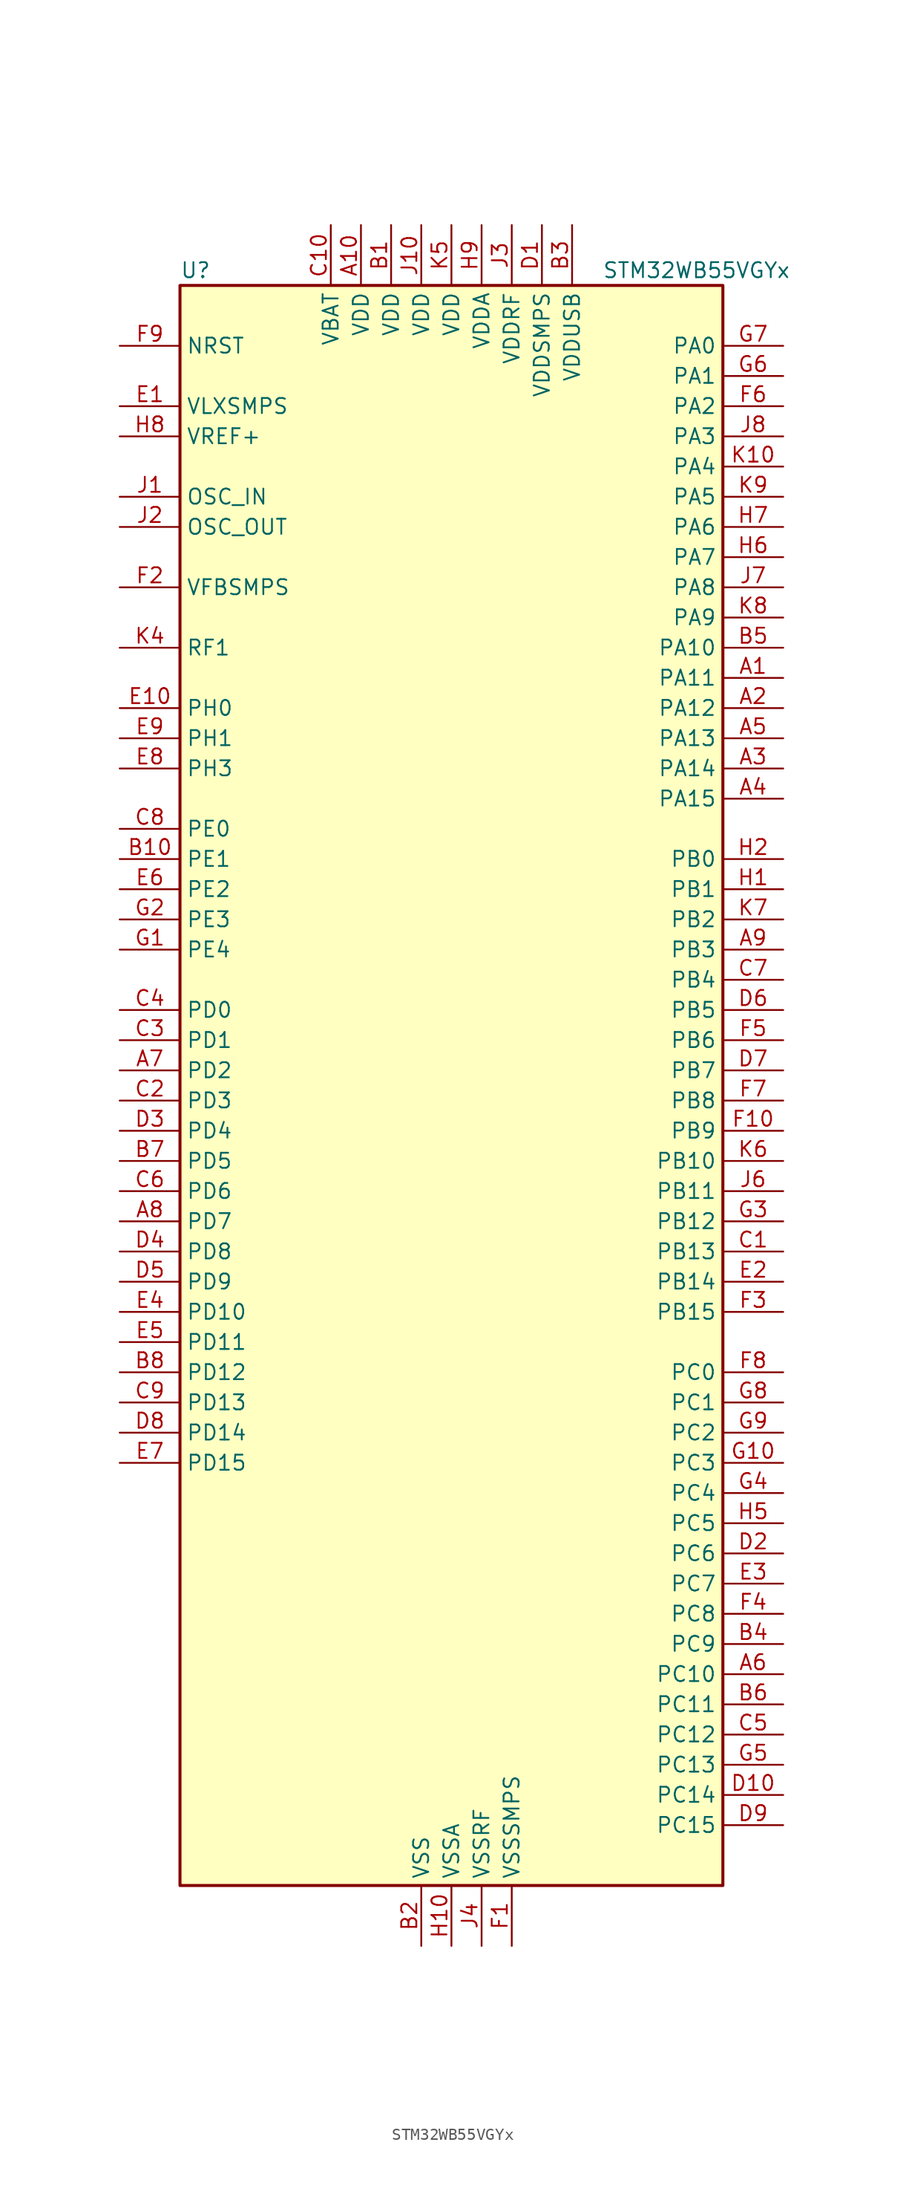
<source format=kicad_sym>
(kicad_symbol_lib
  (version 20241209)
  (generator "kicad_symbol_editor")
  (generator_version "9.0")
  (symbol "STM32WB55VGYx"
    (property "Reference" "U"
      (at -22.86 69.85 0)
      (effects (font (size 1.27 1.27)) (justify left)))
    (property "Value" "STM32WB55VGYx"
      (at 12.7 69.85 0)
      (effects (font (size 1.27 1.27)) (justify left)))
    (symbol "STM32WB55VGYx_0_1"
      (rectangle (start -22.86 -66.04) (end 22.86 68.58) (stroke (width 0.254) (type default)) (fill (type background))))
    (symbol "STM32WB55VGYx_1_1"
      (pin input line (at -27.94 63.5 0) (length 5.08) (name "NRST" (effects (font (size 1.27 1.27)))) (number "F9" (effects (font (size 1.27 1.27)))))
      (pin power_in line (at -27.94 58.42 0) (length 5.08) (name "VLXSMPS" (effects (font (size 1.27 1.27)))) (number "E1" (effects (font (size 1.27 1.27)))))
      (pin input line (at -27.94 55.88 0) (length 5.08) (name "VREF+" (effects (font (size 1.27 1.27)))) (number "H8" (effects (font (size 1.27 1.27)))) (alternate "VREFBUF_OUT" bidirectional line))
      (pin input line (at -27.94 50.8 0) (length 5.08) (name "OSC_IN" (effects (font (size 1.27 1.27)))) (number "J1" (effects (font (size 1.27 1.27)))) (alternate "RCC_OSC_IN" bidirectional line))
      (pin input line (at -27.94 48.26 0) (length 5.08) (name "OSC_OUT" (effects (font (size 1.27 1.27)))) (number "J2" (effects (font (size 1.27 1.27)))) (alternate "RCC_OSC_OUT" bidirectional line))
      (pin input line (at -27.94 43.18 0) (length 5.08) (name "VFBSMPS" (effects (font (size 1.27 1.27)))) (number "F2" (effects (font (size 1.27 1.27)))))
      (pin bidirectional line (at -27.94 38.1 0) (length 5.08) (name "RF1" (effects (font (size 1.27 1.27)))) (number "K4" (effects (font (size 1.27 1.27)))) (alternate "RF_RF1" bidirectional line))
      (pin bidirectional line (at -27.94 33.02 0) (length 5.08) (name "PH0" (effects (font (size 1.27 1.27)))) (number "E10" (effects (font (size 1.27 1.27)))))
      (pin bidirectional line (at -27.94 30.48 0) (length 5.08) (name "PH1" (effects (font (size 1.27 1.27)))) (number "E9" (effects (font (size 1.27 1.27)))))
      (pin bidirectional line (at -27.94 27.94 0) (length 5.08) (name "PH3" (effects (font (size 1.27 1.27)))) (number "E8" (effects (font (size 1.27 1.27)))) (alternate "RCC_LSCO" bidirectional line))
      (pin bidirectional line (at -27.94 22.86 0) (length 5.08) (name "PE0" (effects (font (size 1.27 1.27)))) (number "C8" (effects (font (size 1.27 1.27)))) (alternate "LCD_SEG36" bidirectional line) (alternate "TIM16_CH1" bidirectional line) (alternate "TIM1_ETR" bidirectional line) (alternate "TSC_G7_IO3" bidirectional line))
      (pin bidirectional line (at -27.94 20.32 0) (length 5.08) (name "PE1" (effects (font (size 1.27 1.27)))) (number "B10" (effects (font (size 1.27 1.27)))) (alternate "LCD_SEG37" bidirectional line) (alternate "TIM17_CH1" bidirectional line) (alternate "TSC_G7_IO2" bidirectional line))
      (pin bidirectional line (at -27.94 17.78 0) (length 5.08) (name "PE2" (effects (font (size 1.27 1.27)))) (number "E6" (effects (font (size 1.27 1.27)))) (alternate "LCD_SEG38" bidirectional line) (alternate "SAI1_CK1" bidirectional line) (alternate "SAI1_MCLK_A" bidirectional line) (alternate "SYS_TRACECLK" bidirectional line) (alternate "TSC_G7_IO1" bidirectional line))
      (pin bidirectional line (at -27.94 15.24 0) (length 5.08) (name "PE3" (effects (font (size 1.27 1.27)))) (number "G2" (effects (font (size 1.27 1.27)))))
      (pin bidirectional line (at -27.94 12.7 0) (length 5.08) (name "PE4" (effects (font (size 1.27 1.27)))) (number "G1" (effects (font (size 1.27 1.27)))))
      (pin bidirectional line (at -27.94 7.62 0) (length 5.08) (name "PD0" (effects (font (size 1.27 1.27)))) (number "C4" (effects (font (size 1.27 1.27)))) (alternate "SPI2_NSS" bidirectional line))
      (pin bidirectional line (at -27.94 5.08 0) (length 5.08) (name "PD1" (effects (font (size 1.27 1.27)))) (number "C3" (effects (font (size 1.27 1.27)))) (alternate "SPI2_SCK" bidirectional line))
      (pin bidirectional line (at -27.94 2.54 0) (length 5.08) (name "PD2" (effects (font (size 1.27 1.27)))) (number "A7" (effects (font (size 1.27 1.27)))) (alternate "LCD_COM7" bidirectional line) (alternate "LCD_SEG31" bidirectional line) (alternate "LCD_SEG43" bidirectional line) (alternate "SYS_TRACED2" bidirectional line) (alternate "TSC_SYNC" bidirectional line))
      (pin bidirectional line (at -27.94 0 0) (length 5.08) (name "PD3" (effects (font (size 1.27 1.27)))) (number "C2" (effects (font (size 1.27 1.27)))) (alternate "QUADSPI_BK1_NCS" bidirectional line) (alternate "SPI2_MISO" bidirectional line) (alternate "SPI2_SCK" bidirectional line))
      (pin bidirectional line (at -27.94 -2.54 0) (length 5.08) (name "PD4" (effects (font (size 1.27 1.27)))) (number "D3" (effects (font (size 1.27 1.27)))) (alternate "QUADSPI_BK1_IO0" bidirectional line) (alternate "SPI2_MOSI" bidirectional line) (alternate "TSC_G5_IO1" bidirectional line))
      (pin bidirectional line (at -27.94 -5.08 0) (length 5.08) (name "PD5" (effects (font (size 1.27 1.27)))) (number "B7" (effects (font (size 1.27 1.27)))) (alternate "QUADSPI_BK1_IO1" bidirectional line) (alternate "SAI1_MCLK_B" bidirectional line) (alternate "TSC_G5_IO2" bidirectional line))
      (pin bidirectional line (at -27.94 -7.62 0) (length 5.08) (name "PD6" (effects (font (size 1.27 1.27)))) (number "C6" (effects (font (size 1.27 1.27)))) (alternate "QUADSPI_BK1_IO2" bidirectional line) (alternate "SAI1_D1" bidirectional line) (alternate "SAI1_SD_A" bidirectional line) (alternate "TSC_G5_IO3" bidirectional line))
      (pin bidirectional line (at -27.94 -10.16 0) (length 5.08) (name "PD7" (effects (font (size 1.27 1.27)))) (number "A8" (effects (font (size 1.27 1.27)))) (alternate "LCD_SEG39" bidirectional line) (alternate "QUADSPI_BK1_IO3" bidirectional line) (alternate "TSC_G5_IO4" bidirectional line))
      (pin bidirectional line (at -27.94 -12.7 0) (length 5.08) (name "PD8" (effects (font (size 1.27 1.27)))) (number "D4" (effects (font (size 1.27 1.27)))) (alternate "LCD_SEG28" bidirectional line) (alternate "TIM1_BKIN2" bidirectional line))
      (pin bidirectional line (at -27.94 -15.24 0) (length 5.08) (name "PD9" (effects (font (size 1.27 1.27)))) (number "D5" (effects (font (size 1.27 1.27)))) (alternate "LCD_SEG29" bidirectional line) (alternate "SYS_TRACED0" bidirectional line))
      (pin bidirectional line (at -27.94 -17.78 0) (length 5.08) (name "PD10" (effects (font (size 1.27 1.27)))) (number "E4" (effects (font (size 1.27 1.27)))) (alternate "LCD_SEG30" bidirectional line) (alternate "SYS_TRIG_INOUT" bidirectional line) (alternate "TSC_G6_IO1" bidirectional line))
      (pin bidirectional line (at -27.94 -20.32 0) (length 5.08) (name "PD11" (effects (font (size 1.27 1.27)))) (number "E5" (effects (font (size 1.27 1.27)))) (alternate "ADC1_EXTI11" bidirectional line) (alternate "LCD_SEG31" bidirectional line) (alternate "LPTIM2_ETR" bidirectional line) (alternate "TSC_G6_IO2" bidirectional line))
      (pin bidirectional line (at -27.94 -22.86 0) (length 5.08) (name "PD12" (effects (font (size 1.27 1.27)))) (number "B8" (effects (font (size 1.27 1.27)))) (alternate "LCD_SEG32" bidirectional line) (alternate "LPTIM2_IN1" bidirectional line) (alternate "TSC_G6_IO3" bidirectional line))
      (pin bidirectional line (at -27.94 -25.4 0) (length 5.08) (name "PD13" (effects (font (size 1.27 1.27)))) (number "C9" (effects (font (size 1.27 1.27)))) (alternate "LCD_SEG33" bidirectional line) (alternate "LPTIM2_OUT" bidirectional line) (alternate "TSC_G6_IO4" bidirectional line))
      (pin bidirectional line (at -27.94 -27.94 0) (length 5.08) (name "PD14" (effects (font (size 1.27 1.27)))) (number "D8" (effects (font (size 1.27 1.27)))) (alternate "LCD_SEG34" bidirectional line) (alternate "TIM1_CH1" bidirectional line))
      (pin bidirectional line (at -27.94 -30.48 0) (length 5.08) (name "PD15" (effects (font (size 1.27 1.27)))) (number "E7" (effects (font (size 1.27 1.27)))) (alternate "ADC1_EXTI15" bidirectional line) (alternate "LCD_SEG35" bidirectional line) (alternate "TIM1_CH2" bidirectional line))
      (pin no_connect line (at -22.86 -63.5 0) (length 5.08) (hide yes) (name "AT1" (effects (font (size 1.27 1.27)))) (number "H4" (effects (font (size 1.27 1.27)))))
      (pin no_connect line (at -22.86 -66.04 0) (length 5.08) (hide yes) (name "AT0" (effects (font (size 1.27 1.27)))) (number "H3" (effects (font (size 1.27 1.27)))))
      (pin power_in line (at -10.16 73.66 270) (length 5.08) (name "VBAT" (effects (font (size 1.27 1.27)))) (number "C10" (effects (font (size 1.27 1.27)))))
      (pin power_in line (at -7.62 73.66 270) (length 5.08) (name "VDD" (effects (font (size 1.27 1.27)))) (number "A10" (effects (font (size 1.27 1.27)))))
      (pin power_in line (at -5.08 73.66 270) (length 5.08) (name "VDD" (effects (font (size 1.27 1.27)))) (number "B1" (effects (font (size 1.27 1.27)))))
      (pin power_in line (at -2.54 73.66 270) (length 5.08) (name "VDD" (effects (font (size 1.27 1.27)))) (number "J10" (effects (font (size 1.27 1.27)))))
      (pin power_in line (at -2.54 -71.12 90) (length 5.08) (name "VSS" (effects (font (size 1.27 1.27)))) (number "B2" (effects (font (size 1.27 1.27)))))
      (pin passive line (at -2.54 -71.12 90) (length 5.08) (hide yes) (name "VSS" (effects (font (size 1.27 1.27)))) (number "B9" (effects (font (size 1.27 1.27)))))
      (pin passive line (at -2.54 -71.12 90) (length 5.08) (hide yes) (name "VSS" (effects (font (size 1.27 1.27)))) (number "J5" (effects (font (size 1.27 1.27)))))
      (pin passive line (at -2.54 -71.12 90) (length 5.08) (hide yes) (name "VSS" (effects (font (size 1.27 1.27)))) (number "J9" (effects (font (size 1.27 1.27)))))
      (pin power_in line (at 0 73.66 270) (length 5.08) (name "VDD" (effects (font (size 1.27 1.27)))) (number "K5" (effects (font (size 1.27 1.27)))))
      (pin power_in line (at 0 -71.12 90) (length 5.08) (name "VSSA" (effects (font (size 1.27 1.27)))) (number "H10" (effects (font (size 1.27 1.27)))))
      (pin power_in line (at 2.54 73.66 270) (length 5.08) (name "VDDA" (effects (font (size 1.27 1.27)))) (number "H9" (effects (font (size 1.27 1.27)))))
      (pin power_in line (at 2.54 -71.12 90) (length 5.08) (name "VSSRF" (effects (font (size 1.27 1.27)))) (number "J4" (effects (font (size 1.27 1.27)))))
      (pin passive line (at 2.54 -71.12 90) (length 5.08) (hide yes) (name "VSSRF" (effects (font (size 1.27 1.27)))) (number "K1" (effects (font (size 1.27 1.27)))))
      (pin passive line (at 2.54 -71.12 90) (length 5.08) (hide yes) (name "VSSRF" (effects (font (size 1.27 1.27)))) (number "K2" (effects (font (size 1.27 1.27)))))
      (pin passive line (at 2.54 -71.12 90) (length 5.08) (hide yes) (name "VSSRF" (effects (font (size 1.27 1.27)))) (number "K3" (effects (font (size 1.27 1.27)))))
      (pin power_in line (at 5.08 73.66 270) (length 5.08) (name "VDDRF" (effects (font (size 1.27 1.27)))) (number "J3" (effects (font (size 1.27 1.27)))))
      (pin power_in line (at 5.08 -71.12 90) (length 5.08) (name "VSSSMPS" (effects (font (size 1.27 1.27)))) (number "F1" (effects (font (size 1.27 1.27)))))
      (pin power_in line (at 7.62 73.66 270) (length 5.08) (name "VDDSMPS" (effects (font (size 1.27 1.27)))) (number "D1" (effects (font (size 1.27 1.27)))))
      (pin power_in line (at 10.16 73.66 270) (length 5.08) (name "VDDUSB" (effects (font (size 1.27 1.27)))) (number "B3" (effects (font (size 1.27 1.27)))))
      (pin bidirectional line (at 27.94 63.5 180) (length 5.08) (name "PA0" (effects (font (size 1.27 1.27)))) (number "G7" (effects (font (size 1.27 1.27)))) (alternate "ADC1_IN5" bidirectional line) (alternate "COMP1_INM" bidirectional line) (alternate "COMP1_OUT" bidirectional line) (alternate "RTC_TAMP2" bidirectional line) (alternate "SAI1_EXTCLK" bidirectional line) (alternate "SYS_WKUP1" bidirectional line) (alternate "TIM2_CH1" bidirectional line) (alternate "TIM2_ETR" bidirectional line))
      (pin bidirectional line (at 27.94 60.96 180) (length 5.08) (name "PA1" (effects (font (size 1.27 1.27)))) (number "G6" (effects (font (size 1.27 1.27)))) (alternate "ADC1_IN6" bidirectional line) (alternate "COMP1_INP" bidirectional line) (alternate "I2C1_SMBA" bidirectional line) (alternate "LCD_SEG0" bidirectional line) (alternate "SPI1_SCK" bidirectional line) (alternate "TIM2_CH2" bidirectional line))
      (pin bidirectional line (at 27.94 58.42 180) (length 5.08) (name "PA2" (effects (font (size 1.27 1.27)))) (number "F6" (effects (font (size 1.27 1.27)))) (alternate "ADC1_IN7" bidirectional line) (alternate "COMP2_INM" bidirectional line) (alternate "COMP2_OUT" bidirectional line) (alternate "LCD_SEG1" bidirectional line) (alternate "LPUART1_TX" bidirectional line) (alternate "QUADSPI_BK1_NCS" bidirectional line) (alternate "RCC_LSCO" bidirectional line) (alternate "SYS_WKUP4" bidirectional line) (alternate "TIM2_CH3" bidirectional line))
      (pin bidirectional line (at 27.94 55.88 180) (length 5.08) (name "PA3" (effects (font (size 1.27 1.27)))) (number "J8" (effects (font (size 1.27 1.27)))) (alternate "ADC1_IN8" bidirectional line) (alternate "COMP2_INP" bidirectional line) (alternate "LCD_SEG2" bidirectional line) (alternate "LPUART1_RX" bidirectional line) (alternate "QUADSPI_CLK" bidirectional line) (alternate "SAI1_CK1" bidirectional line) (alternate "SAI1_MCLK_A" bidirectional line) (alternate "TIM2_CH4" bidirectional line))
      (pin bidirectional line (at 27.94 53.34 180) (length 5.08) (name "PA4" (effects (font (size 1.27 1.27)))) (number "K10" (effects (font (size 1.27 1.27)))) (alternate "ADC1_IN9" bidirectional line) (alternate "COMP1_INM" bidirectional line) (alternate "COMP2_INM" bidirectional line) (alternate "LCD_SEG5" bidirectional line) (alternate "LPTIM2_OUT" bidirectional line) (alternate "SAI1_FS_B" bidirectional line) (alternate "SPI1_NSS" bidirectional line))
      (pin bidirectional line (at 27.94 50.8 180) (length 5.08) (name "PA5" (effects (font (size 1.27 1.27)))) (number "K9" (effects (font (size 1.27 1.27)))) (alternate "ADC1_IN10" bidirectional line) (alternate "COMP1_INM" bidirectional line) (alternate "COMP2_INM" bidirectional line) (alternate "LPTIM2_ETR" bidirectional line) (alternate "SAI1_SD_B" bidirectional line) (alternate "SPI1_SCK" bidirectional line) (alternate "TIM2_CH1" bidirectional line) (alternate "TIM2_ETR" bidirectional line))
      (pin bidirectional line (at 27.94 48.26 180) (length 5.08) (name "PA6" (effects (font (size 1.27 1.27)))) (number "H7" (effects (font (size 1.27 1.27)))) (alternate "ADC1_IN11" bidirectional line) (alternate "LCD_SEG3" bidirectional line) (alternate "LPUART1_CTS" bidirectional line) (alternate "QUADSPI_BK1_IO3" bidirectional line) (alternate "SPI1_MISO" bidirectional line) (alternate "TIM16_CH1" bidirectional line) (alternate "TIM1_BKIN" bidirectional line))
      (pin bidirectional line (at 27.94 45.72 180) (length 5.08) (name "PA7" (effects (font (size 1.27 1.27)))) (number "H6" (effects (font (size 1.27 1.27)))) (alternate "ADC1_IN12" bidirectional line) (alternate "COMP2_OUT" bidirectional line) (alternate "I2C3_SCL" bidirectional line) (alternate "LCD_SEG4" bidirectional line) (alternate "QUADSPI_BK1_IO2" bidirectional line) (alternate "SPI1_MOSI" bidirectional line) (alternate "TIM17_CH1" bidirectional line) (alternate "TIM1_CH1N" bidirectional line))
      (pin bidirectional line (at 27.94 43.18 180) (length 5.08) (name "PA8" (effects (font (size 1.27 1.27)))) (number "J7" (effects (font (size 1.27 1.27)))) (alternate "ADC1_IN15" bidirectional line) (alternate "LCD_COM0" bidirectional line) (alternate "LPTIM2_OUT" bidirectional line) (alternate "RCC_MCO" bidirectional line) (alternate "SAI1_CK2" bidirectional line) (alternate "SAI1_SCK_A" bidirectional line) (alternate "TIM1_CH1" bidirectional line) (alternate "USART1_CK" bidirectional line))
      (pin bidirectional line (at 27.94 40.64 180) (length 5.08) (name "PA9" (effects (font (size 1.27 1.27)))) (number "K8" (effects (font (size 1.27 1.27)))) (alternate "ADC1_IN16" bidirectional line) (alternate "COMP1_INM" bidirectional line) (alternate "I2C1_SCL" bidirectional line) (alternate "LCD_COM1" bidirectional line) (alternate "SAI1_D2" bidirectional line) (alternate "SAI1_FS_A" bidirectional line) (alternate "SPI2_SCK" bidirectional line) (alternate "TIM1_CH2" bidirectional line) (alternate "USART1_TX" bidirectional line))
      (pin bidirectional line (at 27.94 38.1 180) (length 5.08) (name "PA10" (effects (font (size 1.27 1.27)))) (number "B5" (effects (font (size 1.27 1.27)))) (alternate "CRS_SYNC" bidirectional line) (alternate "I2C1_SDA" bidirectional line) (alternate "LCD_COM2" bidirectional line) (alternate "SAI1_D1" bidirectional line) (alternate "SAI1_SD_A" bidirectional line) (alternate "TIM17_BKIN" bidirectional line) (alternate "TIM1_CH3" bidirectional line) (alternate "USART1_RX" bidirectional line))
      (pin bidirectional line (at 27.94 35.56 180) (length 5.08) (name "PA11" (effects (font (size 1.27 1.27)))) (number "A1" (effects (font (size 1.27 1.27)))) (alternate "ADC1_EXTI11" bidirectional line) (alternate "SPI1_MISO" bidirectional line) (alternate "TIM1_BKIN2" bidirectional line) (alternate "TIM1_CH4" bidirectional line) (alternate "USART1_CTS" bidirectional line) (alternate "USART1_NSS" bidirectional line) (alternate "USB_DM" bidirectional line))
      (pin bidirectional line (at 27.94 33.02 180) (length 5.08) (name "PA12" (effects (font (size 1.27 1.27)))) (number "A2" (effects (font (size 1.27 1.27)))) (alternate "LPUART1_RX" bidirectional line) (alternate "SPI1_MOSI" bidirectional line) (alternate "TIM1_ETR" bidirectional line) (alternate "USART1_DE" bidirectional line) (alternate "USART1_RTS" bidirectional line) (alternate "USB_DP" bidirectional line))
      (pin bidirectional line (at 27.94 30.48 180) (length 5.08) (name "PA13" (effects (font (size 1.27 1.27)))) (number "A5" (effects (font (size 1.27 1.27)))) (alternate "IR_OUT" bidirectional line) (alternate "SAI1_SD_B" bidirectional line) (alternate "SYS_JTMS-SWDIO" bidirectional line) (alternate "USB_NOE" bidirectional line))
      (pin bidirectional line (at 27.94 27.94 180) (length 5.08) (name "PA14" (effects (font (size 1.27 1.27)))) (number "A3" (effects (font (size 1.27 1.27)))) (alternate "I2C1_SMBA" bidirectional line) (alternate "LCD_SEG5" bidirectional line) (alternate "LPTIM1_OUT" bidirectional line) (alternate "SAI1_FS_B" bidirectional line) (alternate "SYS_JTCK-SWCLK" bidirectional line))
      (pin bidirectional line (at 27.94 25.4 180) (length 5.08) (name "PA15" (effects (font (size 1.27 1.27)))) (number "A4" (effects (font (size 1.27 1.27)))) (alternate "ADC1_EXTI15" bidirectional line) (alternate "LCD_SEG17" bidirectional line) (alternate "RCC_MCO" bidirectional line) (alternate "SPI1_NSS" bidirectional line) (alternate "SYS_JTDI" bidirectional line) (alternate "TIM2_CH1" bidirectional line) (alternate "TIM2_ETR" bidirectional line) (alternate "TSC_G3_IO1" bidirectional line))
      (pin bidirectional line (at 27.94 20.32 180) (length 5.08) (name "PB0" (effects (font (size 1.27 1.27)))) (number "H2" (effects (font (size 1.27 1.27)))) (alternate "COMP1_OUT" bidirectional line) (alternate "RF_TX_MOD_EXT_PA" bidirectional line))
      (pin bidirectional line (at 27.94 17.78 180) (length 5.08) (name "PB1" (effects (font (size 1.27 1.27)))) (number "H1" (effects (font (size 1.27 1.27)))) (alternate "LPTIM2_IN1" bidirectional line) (alternate "LPUART1_DE" bidirectional line) (alternate "LPUART1_RTS" bidirectional line))
      (pin bidirectional line (at 27.94 15.24 180) (length 5.08) (name "PB2" (effects (font (size 1.27 1.27)))) (number "K7" (effects (font (size 1.27 1.27)))) (alternate "COMP1_INP" bidirectional line) (alternate "I2C3_SMBA" bidirectional line) (alternate "LCD_VLCD" bidirectional line) (alternate "LPTIM1_OUT" bidirectional line) (alternate "RTC_OUT2" bidirectional line) (alternate "SAI1_EXTCLK" bidirectional line) (alternate "SPI1_NSS" bidirectional line))
      (pin bidirectional line (at 27.94 12.7 180) (length 5.08) (name "PB3" (effects (font (size 1.27 1.27)))) (number "A9" (effects (font (size 1.27 1.27)))) (alternate "COMP2_INM" bidirectional line) (alternate "LCD_SEG7" bidirectional line) (alternate "SAI1_SCK_B" bidirectional line) (alternate "SPI1_SCK" bidirectional line) (alternate "SYS_JTDO-SWO" bidirectional line) (alternate "TIM2_CH2" bidirectional line) (alternate "USART1_DE" bidirectional line) (alternate "USART1_RTS" bidirectional line))
      (pin bidirectional line (at 27.94 10.16 180) (length 5.08) (name "PB4" (effects (font (size 1.27 1.27)))) (number "C7" (effects (font (size 1.27 1.27)))) (alternate "COMP2_INP" bidirectional line) (alternate "I2C3_SDA" bidirectional line) (alternate "LCD_SEG8" bidirectional line) (alternate "SAI1_MCLK_B" bidirectional line) (alternate "SPI1_MISO" bidirectional line) (alternate "SYS_JTRST" bidirectional line) (alternate "TIM17_BKIN" bidirectional line) (alternate "TSC_G2_IO1" bidirectional line) (alternate "USART1_CTS" bidirectional line) (alternate "USART1_NSS" bidirectional line))
      (pin bidirectional line (at 27.94 7.62 180) (length 5.08) (name "PB5" (effects (font (size 1.27 1.27)))) (number "D6" (effects (font (size 1.27 1.27)))) (alternate "COMP2_OUT" bidirectional line) (alternate "I2C1_SMBA" bidirectional line) (alternate "LCD_SEG9" bidirectional line) (alternate "LPTIM1_IN1" bidirectional line) (alternate "LPUART1_TX" bidirectional line) (alternate "SAI1_SD_B" bidirectional line) (alternate "SPI1_MOSI" bidirectional line) (alternate "TIM16_BKIN" bidirectional line) (alternate "TSC_G2_IO2" bidirectional line) (alternate "USART1_CK" bidirectional line))
      (pin bidirectional line (at 27.94 5.08 180) (length 5.08) (name "PB6" (effects (font (size 1.27 1.27)))) (number "F5" (effects (font (size 1.27 1.27)))) (alternate "COMP2_INP" bidirectional line) (alternate "I2C1_SCL" bidirectional line) (alternate "LCD_SEG6" bidirectional line) (alternate "LPTIM1_ETR" bidirectional line) (alternate "RCC_MCO" bidirectional line) (alternate "SAI1_FS_B" bidirectional line) (alternate "TIM16_CH1N" bidirectional line) (alternate "TSC_G2_IO3" bidirectional line) (alternate "USART1_TX" bidirectional line))
      (pin bidirectional line (at 27.94 2.54 180) (length 5.08) (name "PB7" (effects (font (size 1.27 1.27)))) (number "D7" (effects (font (size 1.27 1.27)))) (alternate "COMP2_INM" bidirectional line) (alternate "I2C1_SDA" bidirectional line) (alternate "LCD_SEG21" bidirectional line) (alternate "LPTIM1_IN2" bidirectional line) (alternate "SYS_PVD_IN" bidirectional line) (alternate "TIM17_CH1N" bidirectional line) (alternate "TIM1_BKIN" bidirectional line) (alternate "TSC_G2_IO4" bidirectional line) (alternate "USART1_RX" bidirectional line))
      (pin bidirectional line (at 27.94 0 180) (length 5.08) (name "PB8" (effects (font (size 1.27 1.27)))) (number "F7" (effects (font (size 1.27 1.27)))) (alternate "I2C1_SCL" bidirectional line) (alternate "LCD_SEG16" bidirectional line) (alternate "QUADSPI_BK1_IO1" bidirectional line) (alternate "SAI1_CK1" bidirectional line) (alternate "SAI1_MCLK_A" bidirectional line) (alternate "TIM16_CH1" bidirectional line) (alternate "TIM1_CH2N" bidirectional line))
      (pin bidirectional line (at 27.94 -2.54 180) (length 5.08) (name "PB9" (effects (font (size 1.27 1.27)))) (number "F10" (effects (font (size 1.27 1.27)))) (alternate "I2C1_SDA" bidirectional line) (alternate "IR_OUT" bidirectional line) (alternate "LCD_COM3" bidirectional line) (alternate "QUADSPI_BK1_IO0" bidirectional line) (alternate "SAI1_D2" bidirectional line) (alternate "SAI1_FS_A" bidirectional line) (alternate "SPI2_NSS" bidirectional line) (alternate "TIM17_CH1" bidirectional line) (alternate "TIM1_CH3N" bidirectional line) (alternate "TSC_G7_IO4" bidirectional line))
      (pin bidirectional line (at 27.94 -5.08 180) (length 5.08) (name "PB10" (effects (font (size 1.27 1.27)))) (number "K6" (effects (font (size 1.27 1.27)))) (alternate "COMP1_OUT" bidirectional line) (alternate "I2C3_SCL" bidirectional line) (alternate "LCD_SEG10" bidirectional line) (alternate "LPUART1_RX" bidirectional line) (alternate "QUADSPI_CLK" bidirectional line) (alternate "SAI1_SCK_A" bidirectional line) (alternate "SPI2_SCK" bidirectional line) (alternate "TIM2_CH3" bidirectional line) (alternate "TSC_SYNC" bidirectional line))
      (pin bidirectional line (at 27.94 -7.62 180) (length 5.08) (name "PB11" (effects (font (size 1.27 1.27)))) (number "J6" (effects (font (size 1.27 1.27)))) (alternate "ADC1_EXTI11" bidirectional line) (alternate "COMP2_OUT" bidirectional line) (alternate "I2C3_SDA" bidirectional line) (alternate "LCD_SEG11" bidirectional line) (alternate "LPUART1_TX" bidirectional line) (alternate "QUADSPI_BK1_NCS" bidirectional line) (alternate "TIM2_CH4" bidirectional line))
      (pin bidirectional line (at 27.94 -10.16 180) (length 5.08) (name "PB12" (effects (font (size 1.27 1.27)))) (number "G3" (effects (font (size 1.27 1.27)))) (alternate "I2C3_SMBA" bidirectional line) (alternate "LCD_SEG12" bidirectional line) (alternate "LPUART1_DE" bidirectional line) (alternate "LPUART1_RTS" bidirectional line) (alternate "SAI1_FS_A" bidirectional line) (alternate "SPI2_NSS" bidirectional line) (alternate "TIM1_BKIN" bidirectional line) (alternate "TSC_G1_IO1" bidirectional line))
      (pin bidirectional line (at 27.94 -12.7 180) (length 5.08) (name "PB13" (effects (font (size 1.27 1.27)))) (number "C1" (effects (font (size 1.27 1.27)))) (alternate "I2C3_SCL" bidirectional line) (alternate "LCD_SEG13" bidirectional line) (alternate "LPUART1_CTS" bidirectional line) (alternate "SAI1_SCK_A" bidirectional line) (alternate "SPI2_SCK" bidirectional line) (alternate "TIM1_CH1N" bidirectional line) (alternate "TSC_G1_IO2" bidirectional line))
      (pin bidirectional line (at 27.94 -15.24 180) (length 5.08) (name "PB14" (effects (font (size 1.27 1.27)))) (number "E2" (effects (font (size 1.27 1.27)))) (alternate "I2C3_SDA" bidirectional line) (alternate "LCD_SEG14" bidirectional line) (alternate "SAI1_MCLK_A" bidirectional line) (alternate "SPI2_MISO" bidirectional line) (alternate "TIM1_CH2N" bidirectional line) (alternate "TSC_G1_IO3" bidirectional line))
      (pin bidirectional line (at 27.94 -17.78 180) (length 5.08) (name "PB15" (effects (font (size 1.27 1.27)))) (number "F3" (effects (font (size 1.27 1.27)))) (alternate "ADC1_EXTI15" bidirectional line) (alternate "LCD_SEG15" bidirectional line) (alternate "RTC_REFIN" bidirectional line) (alternate "SAI1_SD_A" bidirectional line) (alternate "SPI2_MOSI" bidirectional line) (alternate "TIM1_CH3N" bidirectional line) (alternate "TSC_G1_IO4" bidirectional line))
      (pin bidirectional line (at 27.94 -22.86 180) (length 5.08) (name "PC0" (effects (font (size 1.27 1.27)))) (number "F8" (effects (font (size 1.27 1.27)))) (alternate "ADC1_IN1" bidirectional line) (alternate "I2C3_SCL" bidirectional line) (alternate "LCD_SEG18" bidirectional line) (alternate "LPTIM1_IN1" bidirectional line) (alternate "LPTIM2_IN1" bidirectional line) (alternate "LPUART1_RX" bidirectional line))
      (pin bidirectional line (at 27.94 -25.4 180) (length 5.08) (name "PC1" (effects (font (size 1.27 1.27)))) (number "G8" (effects (font (size 1.27 1.27)))) (alternate "ADC1_IN2" bidirectional line) (alternate "I2C3_SDA" bidirectional line) (alternate "LCD_SEG19" bidirectional line) (alternate "LPTIM1_OUT" bidirectional line) (alternate "LPUART1_TX" bidirectional line) (alternate "SPI2_MOSI" bidirectional line))
      (pin bidirectional line (at 27.94 -27.94 180) (length 5.08) (name "PC2" (effects (font (size 1.27 1.27)))) (number "G9" (effects (font (size 1.27 1.27)))) (alternate "ADC1_IN3" bidirectional line) (alternate "LCD_SEG20" bidirectional line) (alternate "LPTIM1_IN2" bidirectional line) (alternate "SPI2_MISO" bidirectional line))
      (pin bidirectional line (at 27.94 -30.48 180) (length 5.08) (name "PC3" (effects (font (size 1.27 1.27)))) (number "G10" (effects (font (size 1.27 1.27)))) (alternate "ADC1_IN4" bidirectional line) (alternate "LCD_VLCD" bidirectional line) (alternate "LPTIM1_ETR" bidirectional line) (alternate "LPTIM2_ETR" bidirectional line) (alternate "SAI1_D1" bidirectional line) (alternate "SAI1_SD_A" bidirectional line) (alternate "SPI2_MOSI" bidirectional line))
      (pin bidirectional line (at 27.94 -33.02 180) (length 5.08) (name "PC4" (effects (font (size 1.27 1.27)))) (number "G4" (effects (font (size 1.27 1.27)))) (alternate "ADC1_IN13" bidirectional line) (alternate "COMP1_INM" bidirectional line) (alternate "LCD_SEG22" bidirectional line))
      (pin bidirectional line (at 27.94 -35.56 180) (length 5.08) (name "PC5" (effects (font (size 1.27 1.27)))) (number "H5" (effects (font (size 1.27 1.27)))) (alternate "ADC1_IN14" bidirectional line) (alternate "COMP1_INP" bidirectional line) (alternate "LCD_SEG23" bidirectional line) (alternate "SAI1_D3" bidirectional line) (alternate "SYS_WKUP5" bidirectional line))
      (pin bidirectional line (at 27.94 -38.1 180) (length 5.08) (name "PC6" (effects (font (size 1.27 1.27)))) (number "D2" (effects (font (size 1.27 1.27)))) (alternate "LCD_SEG24" bidirectional line) (alternate "TSC_G4_IO1" bidirectional line))
      (pin bidirectional line (at 27.94 -40.64 180) (length 5.08) (name "PC7" (effects (font (size 1.27 1.27)))) (number "E3" (effects (font (size 1.27 1.27)))) (alternate "LCD_SEG25" bidirectional line) (alternate "TSC_G4_IO2" bidirectional line))
      (pin bidirectional line (at 27.94 -43.18 180) (length 5.08) (name "PC8" (effects (font (size 1.27 1.27)))) (number "F4" (effects (font (size 1.27 1.27)))) (alternate "LCD_SEG26" bidirectional line) (alternate "TSC_G4_IO3" bidirectional line))
      (pin bidirectional line (at 27.94 -45.72 180) (length 5.08) (name "PC9" (effects (font (size 1.27 1.27)))) (number "B4" (effects (font (size 1.27 1.27)))) (alternate "LCD_SEG27" bidirectional line) (alternate "SAI1_SCK_B" bidirectional line) (alternate "TIM1_BKIN" bidirectional line) (alternate "TSC_G4_IO4" bidirectional line) (alternate "USB_NOE" bidirectional line))
      (pin bidirectional line (at 27.94 -48.26 180) (length 5.08) (name "PC10" (effects (font (size 1.27 1.27)))) (number "A6" (effects (font (size 1.27 1.27)))) (alternate "LCD_COM4" bidirectional line) (alternate "LCD_SEG28" bidirectional line) (alternate "LCD_SEG40" bidirectional line) (alternate "SYS_TRACED1" bidirectional line) (alternate "TSC_G3_IO2" bidirectional line))
      (pin bidirectional line (at 27.94 -50.8 180) (length 5.08) (name "PC11" (effects (font (size 1.27 1.27)))) (number "B6" (effects (font (size 1.27 1.27)))) (alternate "ADC1_EXTI11" bidirectional line) (alternate "LCD_COM5" bidirectional line) (alternate "LCD_SEG29" bidirectional line) (alternate "LCD_SEG41" bidirectional line) (alternate "TSC_G3_IO3" bidirectional line))
      (pin bidirectional line (at 27.94 -53.34 180) (length 5.08) (name "PC12" (effects (font (size 1.27 1.27)))) (number "C5" (effects (font (size 1.27 1.27)))) (alternate "LCD_COM6" bidirectional line) (alternate "LCD_SEG30" bidirectional line) (alternate "LCD_SEG42" bidirectional line) (alternate "RCC_LSCO" bidirectional line) (alternate "RTC_TAMP3" bidirectional line) (alternate "SYS_TRACED3" bidirectional line) (alternate "SYS_WKUP3" bidirectional line) (alternate "TSC_G3_IO4" bidirectional line))
      (pin bidirectional line (at 27.94 -55.88 180) (length 5.08) (name "PC13" (effects (font (size 1.27 1.27)))) (number "G5" (effects (font (size 1.27 1.27)))) (alternate "RTC_OUT1" bidirectional line) (alternate "RTC_TAMP1" bidirectional line) (alternate "RTC_TS" bidirectional line) (alternate "SYS_WKUP2" bidirectional line))
      (pin bidirectional line (at 27.94 -58.42 180) (length 5.08) (name "PC14" (effects (font (size 1.27 1.27)))) (number "D10" (effects (font (size 1.27 1.27)))) (alternate "RCC_OSC32_IN" bidirectional line))
      (pin bidirectional line (at 27.94 -60.96 180) (length 5.08) (name "PC15" (effects (font (size 1.27 1.27)))) (number "D9" (effects (font (size 1.27 1.27)))) (alternate "ADC1_EXTI15" bidirectional line) (alternate "RCC_OSC32_OUT" bidirectional line)))))
</source>
